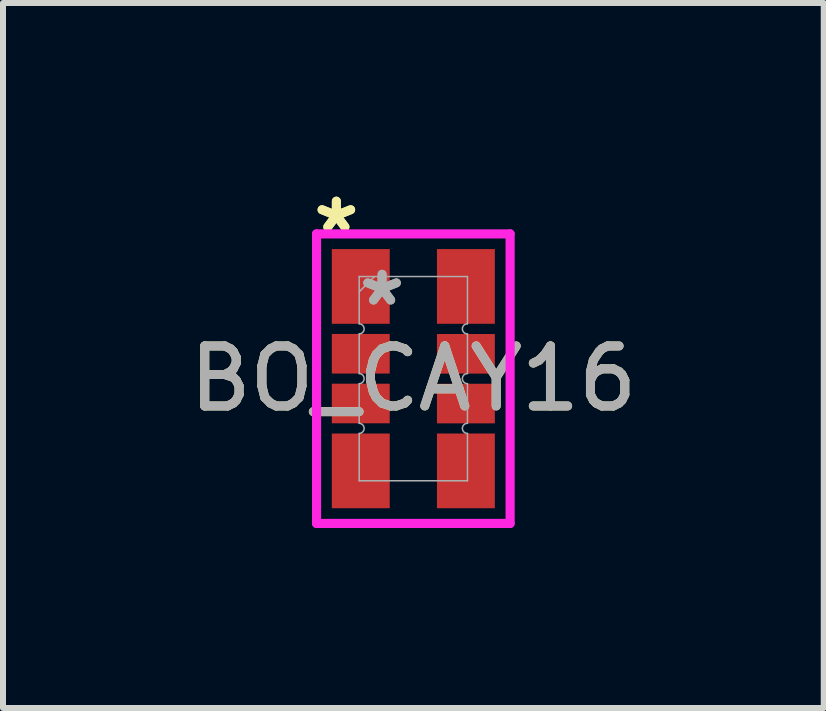
<source format=kicad_pcb>
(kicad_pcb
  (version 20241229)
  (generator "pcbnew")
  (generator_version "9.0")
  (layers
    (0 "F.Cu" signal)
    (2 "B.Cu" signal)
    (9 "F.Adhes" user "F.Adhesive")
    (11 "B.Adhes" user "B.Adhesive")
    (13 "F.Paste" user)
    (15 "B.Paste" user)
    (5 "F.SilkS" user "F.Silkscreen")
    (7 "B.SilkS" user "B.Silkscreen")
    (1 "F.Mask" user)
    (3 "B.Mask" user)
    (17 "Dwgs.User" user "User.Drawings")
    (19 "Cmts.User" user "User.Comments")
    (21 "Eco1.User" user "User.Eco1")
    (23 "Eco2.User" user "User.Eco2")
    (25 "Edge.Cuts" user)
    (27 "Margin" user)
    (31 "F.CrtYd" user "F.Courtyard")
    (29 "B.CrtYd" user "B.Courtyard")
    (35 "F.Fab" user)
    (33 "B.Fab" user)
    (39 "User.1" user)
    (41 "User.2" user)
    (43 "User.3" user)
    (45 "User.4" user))
  (footprint "BO_CAY16"
    (layer "F.Cu")
    (at 3.839 3.261)
    (property "Reference" "BO_CAY16" (at 0 0 0) (unlocked yes) (layer "F.SilkS") (effects (font (size 1 1) (thickness 0.15))))
    (attr smd)
    (fp_line (start -1.613 -2.413) (end 1.613 -2.413) (stroke (width 0.152) (type solid)) (layer "F.CrtYd"))
    (fp_line (start -1.613 2.413) (end -1.613 -2.413) (stroke (width 0.152) (type solid)) (layer "F.CrtYd"))
    (fp_line (start 1.613 -2.413) (end 1.613 2.413) (stroke (width 0.152) (type solid)) (layer "F.CrtYd"))
    (fp_line (start 1.613 2.413) (end -1.613 2.413) (stroke (width 0.152) (type solid)) (layer "F.CrtYd"))
    (fp_line (start -0.902 -1.702) (end 0.902 -1.702) (stroke (width 0.025) (type solid)) (layer "F.Fab"))
    (fp_line (start -0.902 -0.914) (end -0.902 -1.702) (stroke (width 0.025) (type solid)) (layer "F.Fab"))
    (fp_line (start -0.902 -0.745) (end -0.902 -0.085) (stroke (width 0.025) (type solid)) (layer "F.Fab"))
    (fp_line (start -0.902 0.084) (end -0.902 0.744) (stroke (width 0.025) (type solid)) (layer "F.Fab"))
    (fp_line (start -0.902 0.914) (end -0.902 1.702) (stroke (width 0.025) (type solid)) (layer "F.Fab"))
    (fp_line (start -0.902 1.702) (end 0.902 1.702) (stroke (width 0.025) (type solid)) (layer "F.Fab"))
    (fp_line (start -0.648 -1.702) (end -0.902 -1.448) (stroke (width 0.025) (type solid)) (layer "F.Fab"))
    (fp_line (start 0.902 -0.914) (end 0.902 -1.702) (stroke (width 0.025) (type solid)) (layer "F.Fab"))
    (fp_line (start 0.902 -0.745) (end 0.902 -0.085) (stroke (width 0.025) (type solid)) (layer "F.Fab"))
    (fp_line (start 0.902 0.084) (end 0.902 0.744) (stroke (width 0.025) (type solid)) (layer "F.Fab"))
    (fp_line (start 0.902 0.914) (end 0.902 1.702) (stroke (width 0.025) (type solid)) (layer "F.Fab"))
    (fp_arc (start -0.9017 -0.9144) (mid -0.817245 -0.829945) (end -0.9017 -0.74549) (stroke (width 0.0254) (type solid)) (layer "F.Fab"))
    (fp_arc (start -0.9017 -0.08509) (mid -0.817245 -0.000635) (end -0.9017 0.08382) (stroke (width 0.0254) (type solid)) (layer "F.Fab"))
    (fp_arc (start -0.9017 0.74422) (mid -0.817245 0.828675) (end -0.9017 0.91313) (stroke (width 0.0254) (type solid)) (layer "F.Fab"))
    (fp_arc (start 0.9017 -0.74549) (mid 0.817245 -0.829945) (end 0.9017 -0.9144) (stroke (width 0.0254) (type solid)) (layer "F.Fab"))
    (fp_arc (start 0.9017 0.08382) (mid 0.817245 -0.000635) (end 0.9017 -0.08509) (stroke (width 0.0254) (type solid)) (layer "F.Fab"))
    (fp_arc (start 0.9017 0.91313) (mid 0.817245 0.828675) (end 0.9017 0.74422) (stroke (width 0.0254) (type solid)) (layer "F.Fab"))
    (fp_text user "*" (at -1.283 -2.413 0) (unlocked yes) (layer "F.SilkS") (effects (font (size 1 1) (thickness 0.15))))
    (fp_text user "*" (at -1.283 -2.413 0) (layer "F.SilkS") (effects (font (size 1 1) (thickness 0.15))))
    (fp_text user "*" (at -0.521 -1.194 0) (unlocked yes) (layer "F.Fab") (effects (font (size 1 1) (thickness 0.15))))
    (fp_text user "*" (at -0.521 -1.194 0) (layer "F.Fab") (effects (font (size 1 1) (thickness 0.15))))
    (fp_text user "${REFERENCE}" (at 0 0 0) (unlocked yes) (layer "F.Fab") (effects (font (size 1 1) (thickness 0.15))))
    (pad "1" smd rect (at -0.876 -1.537) (size 0.965 1.245) (layers "F.Cu" "F.Mask" "F.Paste"))
    (pad "2" smd rect (at -0.876 -0.415) (size 0.965 0.66) (layers "F.Cu" "F.Mask" "F.Paste"))
    (pad "3" smd rect (at -0.876 0.414) (size 0.965 0.66) (layers "F.Cu" "F.Mask" "F.Paste"))
    (pad "4" smd rect (at -0.876 1.537) (size 0.965 1.245) (layers "F.Cu" "F.Mask" "F.Paste"))
    (pad "5" smd rect (at 0.876 1.537) (size 0.965 1.245) (layers "F.Cu" "F.Mask" "F.Paste"))
    (pad "6" smd rect (at 0.876 0.415) (size 0.965 0.66) (layers "F.Cu" "F.Mask" "F.Paste"))
    (pad "7" smd rect (at 0.876 -0.414) (size 0.965 0.66) (layers "F.Cu" "F.Mask" "F.Paste"))
    (pad "8" smd rect (at 0.876 -1.537) (size 0.965 1.245) (layers "F.Cu" "F.Mask" "F.Paste")))
  (gr_rect
    (start -3 -3)
    (end 10.679 8.75)
    (stroke (width 0.1) (type default))
    (fill no)
    (layer "Edge.Cuts")))
</source>
